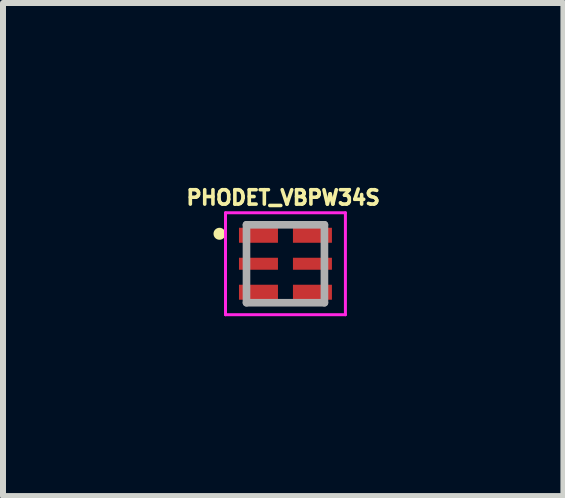
<source format=kicad_pcb>
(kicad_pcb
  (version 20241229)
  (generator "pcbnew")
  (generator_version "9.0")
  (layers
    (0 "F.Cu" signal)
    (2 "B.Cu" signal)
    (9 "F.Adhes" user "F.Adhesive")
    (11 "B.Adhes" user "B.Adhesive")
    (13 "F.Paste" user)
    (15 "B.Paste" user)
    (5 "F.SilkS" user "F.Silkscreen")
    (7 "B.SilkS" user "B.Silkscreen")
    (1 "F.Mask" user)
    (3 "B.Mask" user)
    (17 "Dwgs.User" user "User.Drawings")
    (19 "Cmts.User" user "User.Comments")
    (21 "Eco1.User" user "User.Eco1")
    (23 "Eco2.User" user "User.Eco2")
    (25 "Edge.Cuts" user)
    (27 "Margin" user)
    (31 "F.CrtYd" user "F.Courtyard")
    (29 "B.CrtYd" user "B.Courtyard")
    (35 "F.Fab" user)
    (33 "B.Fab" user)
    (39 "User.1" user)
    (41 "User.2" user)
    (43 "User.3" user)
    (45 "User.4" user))
  (footprint "PHODET_VBPW34S"
    (layer "F.Cu")
    (at 1.711 1.349)
    (property "Reference" "PHODET_VBPW34S" (at -0.038 -1.103 0) (layer "F.SilkS") (effects (font (size 0.24 0.24) (thickness 0.15))))
    (attr smd)
    (fp_circle (center -1.1 -0.5) (end -1 -0.5) (stroke (width 0) (type solid)) (fill yes) (layer "F.SilkS"))
    (fp_line (start -1 -0.85) (end 1 -0.85) (stroke (width 0.05) (type solid)) (layer "F.CrtYd"))
    (fp_line (start -1 0.85) (end -1 -0.85) (stroke (width 0.05) (type solid)) (layer "F.CrtYd"))
    (fp_line (start 1 -0.85) (end 1 0.85) (stroke (width 0.05) (type solid)) (layer "F.CrtYd"))
    (fp_line (start 1 0.85) (end -1 0.85) (stroke (width 0.05) (type solid)) (layer "F.CrtYd"))
    (fp_line (start -0.65 -0.65) (end 0.65 -0.65) (stroke (width 0.127) (type solid)) (layer "F.Fab"))
    (fp_line (start -0.65 0.65) (end -0.65 -0.65) (stroke (width 0.127) (type solid)) (layer "F.Fab"))
    (fp_line (start 0.65 -0.65) (end 0.65 0.65) (stroke (width 0.127) (type solid)) (layer "F.Fab"))
    (fp_line (start 0.65 0.65) (end -0.65 0.65) (stroke (width 0.127) (type solid)) (layer "F.Fab"))
    (pad "1" smd rect (at -0.45 -0.475) (size 0.65 0.25) (layers "F.Cu" "F.Mask" "F.Paste"))
    (pad "2" smd rect (at -0.45 0) (size 0.65 0.2) (layers "F.Cu" "F.Mask" "F.Paste"))
    (pad "3" smd rect (at -0.45 0.475) (size 0.65 0.25) (layers "F.Cu" "F.Mask" "F.Paste"))
    (pad "4" smd rect (at 0.45 0.475) (size 0.65 0.25) (layers "F.Cu" "F.Mask" "F.Paste"))
    (pad "5" smd rect (at 0.45 0) (size 0.65 0.2) (layers "F.Cu" "F.Mask" "F.Paste"))
    (pad "6" smd rect (at 0.45 -0.475) (size 0.65 0.25) (layers "F.Cu" "F.Mask" "F.Paste")))
  (gr_rect
    (start -3 -3)
    (end 6.347 5.224)
    (stroke (width 0.1) (type default))
    (fill no)
    (layer "Edge.Cuts")))
</source>
